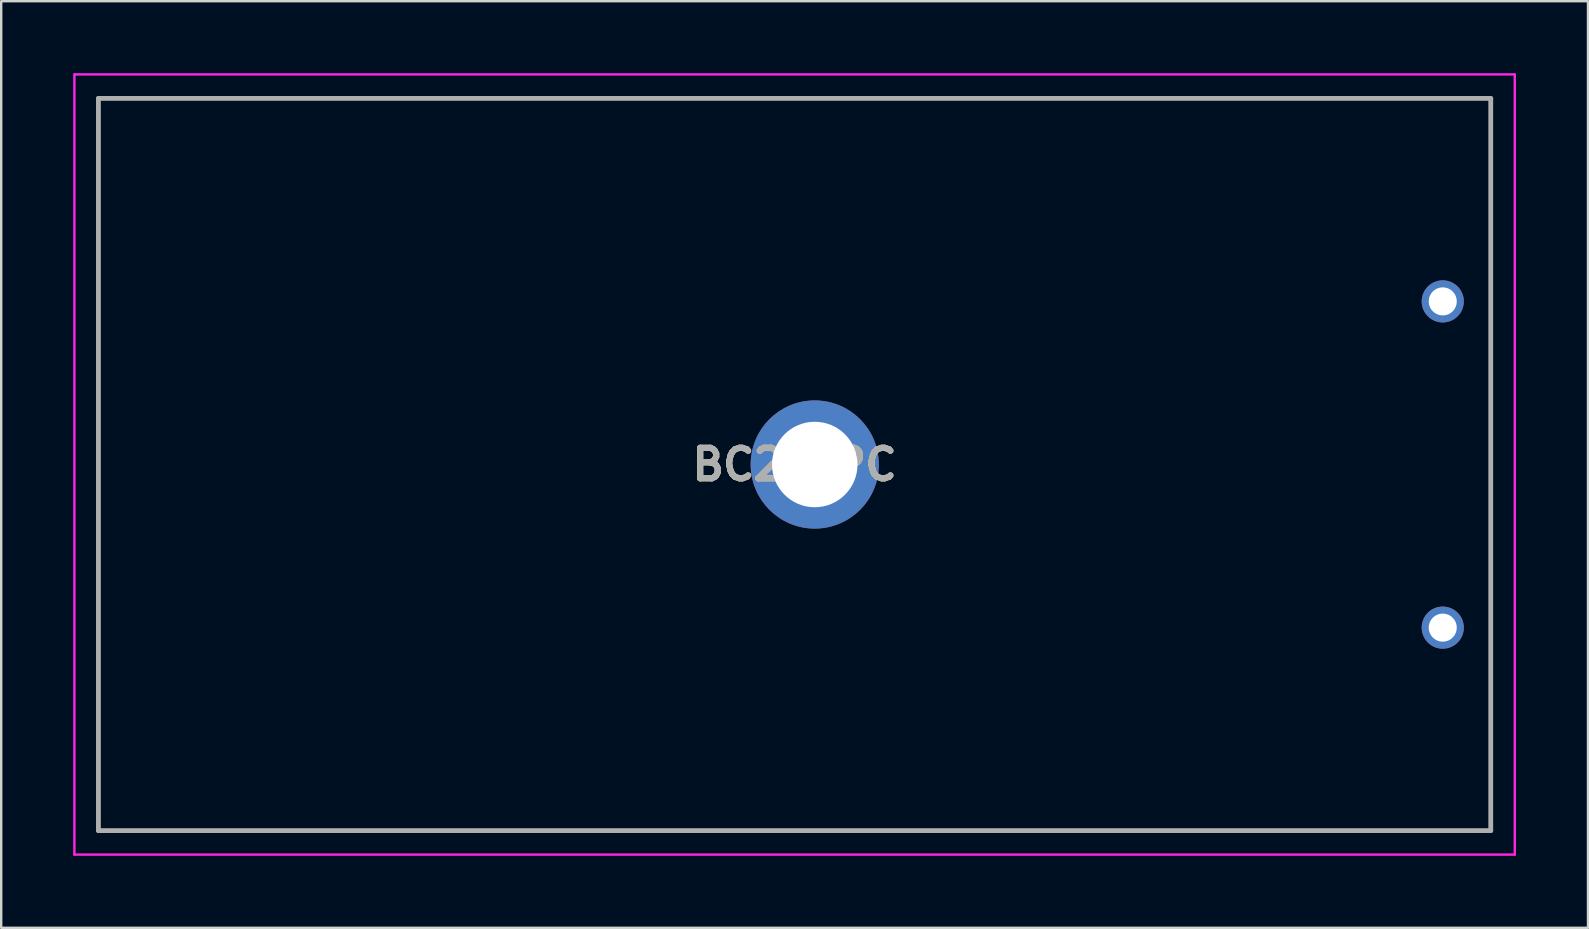
<source format=kicad_pcb>
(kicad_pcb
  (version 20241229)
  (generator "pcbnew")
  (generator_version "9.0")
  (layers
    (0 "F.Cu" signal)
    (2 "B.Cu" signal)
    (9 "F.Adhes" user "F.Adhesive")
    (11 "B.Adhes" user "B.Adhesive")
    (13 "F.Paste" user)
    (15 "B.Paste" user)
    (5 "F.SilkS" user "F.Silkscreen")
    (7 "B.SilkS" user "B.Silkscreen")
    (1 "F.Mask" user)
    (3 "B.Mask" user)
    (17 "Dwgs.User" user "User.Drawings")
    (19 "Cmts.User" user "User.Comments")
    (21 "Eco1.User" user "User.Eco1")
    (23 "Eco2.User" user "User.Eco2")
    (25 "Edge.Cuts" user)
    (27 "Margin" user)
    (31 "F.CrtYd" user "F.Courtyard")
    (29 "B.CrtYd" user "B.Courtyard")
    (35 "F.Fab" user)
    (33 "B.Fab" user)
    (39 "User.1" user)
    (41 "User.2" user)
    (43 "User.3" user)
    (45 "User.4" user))
  (footprint "BC2AAPC"
    (layer "F.Cu")
    (at 57.05 23.095)
    (property "Reference" "BC2AAPC" (at -27 -6.795 0) (layer "F.SilkS") (effects (font (size 1.27 1.27) (thickness 0.254))))
    (attr through_hole)
    (fp_line (start -56 -22.045) (end 2 -22.045) (stroke (width 0.1) (type solid)) (layer "F.SilkS"))
    (fp_line (start -56 8.445) (end -56 -22.045) (stroke (width 0.1) (type solid)) (layer "F.SilkS"))
    (fp_line (start 2 -22.045) (end 2 8.445) (stroke (width 0.1) (type solid)) (layer "F.SilkS"))
    (fp_line (start 2 8.445) (end -56 8.445) (stroke (width 0.1) (type solid)) (layer "F.SilkS"))
    (fp_line (start -57 -23.045) (end 3 -23.045) (stroke (width 0.1) (type solid)) (layer "F.CrtYd"))
    (fp_line (start -57 9.455) (end -57 -23.045) (stroke (width 0.1) (type solid)) (layer "F.CrtYd"))
    (fp_line (start 3 -23.045) (end 3 9.455) (stroke (width 0.1) (type solid)) (layer "F.CrtYd"))
    (fp_line (start 3 9.455) (end -57 9.455) (stroke (width 0.1) (type solid)) (layer "F.CrtYd"))
    (fp_line (start -56 -22.045) (end 2 -22.045) (stroke (width 0.2) (type solid)) (layer "F.Fab"))
    (fp_line (start -56 8.455) (end -56 -22.045) (stroke (width 0.2) (type solid)) (layer "F.Fab"))
    (fp_line (start 2 -22.045) (end 2 8.455) (stroke (width 0.2) (type solid)) (layer "F.Fab"))
    (fp_line (start 2 8.455) (end -56 8.455) (stroke (width 0.2) (type solid)) (layer "F.Fab"))
    (fp_text user "${REFERENCE}" (at -27 -6.795 0) (layer "F.Fab") (effects (font (size 1.27 1.27) (thickness 0.254))))
    (pad "1" thru_hole circle (at 0 0) (size 1.755 1.755) (drill 1.17) (layers "*.Cu" "*.Mask"))
    (pad "2" thru_hole circle (at 0 -13.59) (size 1.755 1.755) (drill 1.17) (layers "*.Cu" "*.Mask"))
    (pad "MH1" thru_hole circle (at -26.16 -6.795) (size 5.34 5.34) (drill 3.56) (layers "*.Cu" "*.Mask")))
  (gr_rect
    (start -3 -3)
    (end 63.1 35.6)
    (stroke (width 0.1) (type default))
    (fill no)
    (layer "Edge.Cuts")))
</source>
